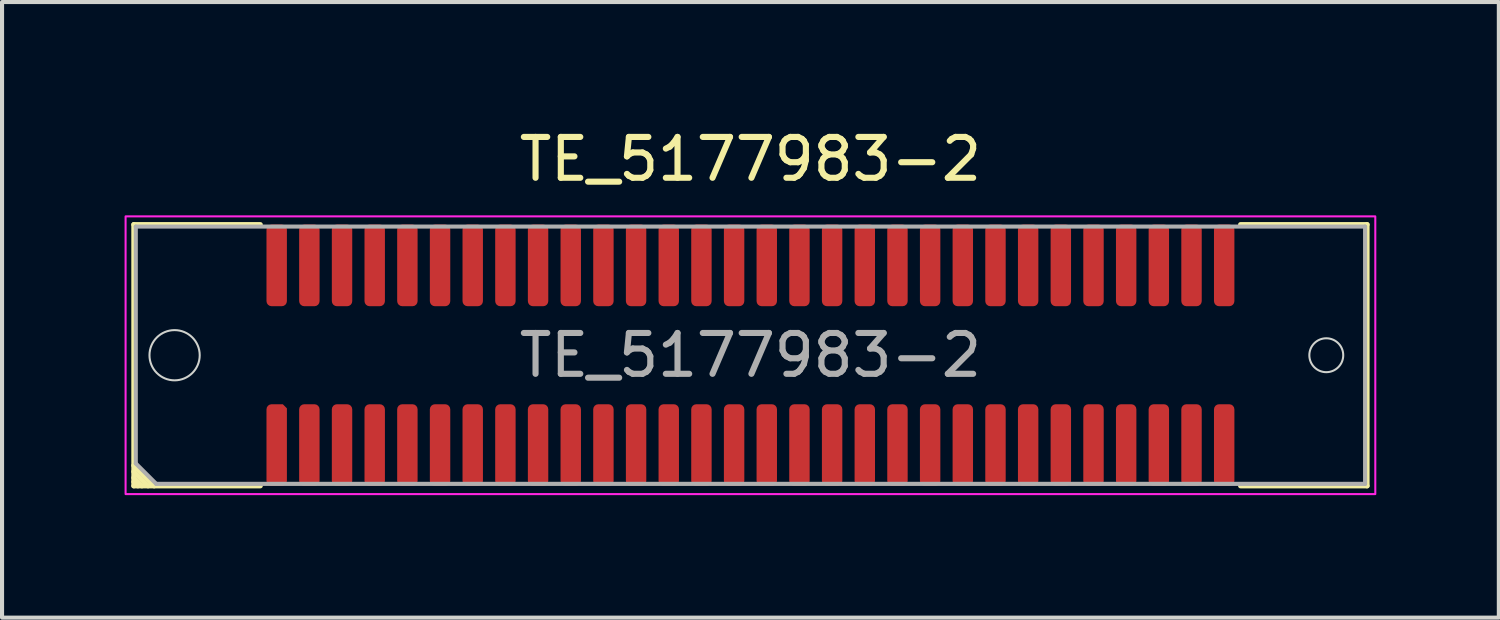
<source format=kicad_pcb>
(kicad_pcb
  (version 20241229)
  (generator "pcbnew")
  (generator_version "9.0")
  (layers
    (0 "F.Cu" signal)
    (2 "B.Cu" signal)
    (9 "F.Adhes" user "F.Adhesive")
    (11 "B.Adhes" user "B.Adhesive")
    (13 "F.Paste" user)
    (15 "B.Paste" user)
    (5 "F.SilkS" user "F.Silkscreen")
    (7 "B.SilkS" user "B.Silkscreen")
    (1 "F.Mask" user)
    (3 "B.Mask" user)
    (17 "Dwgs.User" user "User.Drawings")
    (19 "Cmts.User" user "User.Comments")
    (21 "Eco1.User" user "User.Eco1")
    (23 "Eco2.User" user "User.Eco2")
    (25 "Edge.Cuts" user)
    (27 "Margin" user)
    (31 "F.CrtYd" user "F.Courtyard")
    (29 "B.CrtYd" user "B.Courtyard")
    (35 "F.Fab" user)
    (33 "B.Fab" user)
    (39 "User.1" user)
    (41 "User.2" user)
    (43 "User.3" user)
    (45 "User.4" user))
  (footprint "TE_5177983-2"
    (layer "F.Cu")
    (at 15.325 5.648)
    (property "Reference" "TE_5177983-2" (at 0 -4.8 0) (layer "F.SilkS") (effects (font (size 1 1) (thickness 0.15))))
    (attr through_hole)
    (fp_line (start -15.1 -3.2) (end -15.1 3.2) (stroke (width 0.12) (type solid)) (layer "F.SilkS"))
    (fp_line (start -15.1 -3.2) (end -12 -3.2) (stroke (width 0.12) (type solid)) (layer "F.SilkS"))
    (fp_line (start -15.1 2.7) (end -14.6 3.2) (stroke (width 0.12) (type solid)) (layer "F.SilkS"))
    (fp_line (start -15.1 2.85) (end -14.75 3.2) (stroke (width 0.12) (type solid)) (layer "F.SilkS"))
    (fp_line (start -15.1 3) (end -14.9 3.2) (stroke (width 0.12) (type solid)) (layer "F.SilkS"))
    (fp_line (start -15.1 3.1) (end -15 3.2) (stroke (width 0.12) (type solid)) (layer "F.SilkS"))
    (fp_line (start -15.1 3.2) (end -12 3.2) (stroke (width 0.12) (type solid)) (layer "F.SilkS"))
    (fp_line (start 15.1 -3.2) (end 12 -3.2) (stroke (width 0.12) (type solid)) (layer "F.SilkS"))
    (fp_line (start 15.1 3.2) (end 12 3.2) (stroke (width 0.12) (type solid)) (layer "F.SilkS"))
    (fp_line (start 15.1 3.2) (end 15.1 -3.2) (stroke (width 0.12) (type solid)) (layer "F.SilkS"))
    (fp_circle (center -14.1 0) (end -13.485 0) (stroke (width 0.05) (type solid)) (fill no) (layer "Edge.Cuts"))
    (fp_circle (center 14.1 0) (end 14.515 0) (stroke (width 0.05) (type solid)) (fill no) (layer "Edge.Cuts"))
    (fp_rect (start -15.3 -3.4) (end 15.3 3.4) (stroke (width 0.05) (type solid)) (fill no) (layer "F.CrtYd"))
    (fp_line (start -15.05 -3.15) (end -15.05 2.65) (stroke (width 0.1) (type solid)) (layer "F.Fab"))
    (fp_line (start -15.05 2.65) (end -14.55 3.15) (stroke (width 0.1) (type solid)) (layer "F.Fab"))
    (fp_line (start -14.55 3.15) (end 15.05 3.15) (stroke (width 0.1) (type solid)) (layer "F.Fab"))
    (fp_line (start 15.05 -3.15) (end -15.05 -3.15) (stroke (width 0.1) (type solid)) (layer "F.Fab"))
    (fp_line (start 15.05 3.15) (end 15.05 -3.15) (stroke (width 0.1) (type solid)) (layer "F.Fab"))
    (fp_text user "${REFERENCE}" (at 0 0 0) (layer "F.Fab") (effects (font (size 1 1) (thickness 0.15))))
    (pad "1" smd roundrect (at -11.6 2.2) (size 0.5 2) (layers "F.Cu" "F.Mask" "F.Paste") (roundrect_rratio 0.25) (chamfer_ratio 0.2) (chamfer top_right))
    (pad "2" smd roundrect (at -11.6 -2.2) (size 0.5 2) (layers "F.Cu" "F.Mask" "F.Paste") (roundrect_rratio 0.25))
    (pad "3" smd roundrect (at -10.8 2.2) (size 0.5 2) (layers "F.Cu" "F.Mask" "F.Paste") (roundrect_rratio 0.25))
    (pad "4" smd roundrect (at -10.8 -2.2) (size 0.5 2) (layers "F.Cu" "F.Mask" "F.Paste") (roundrect_rratio 0.25))
    (pad "5" smd roundrect (at -10 2.2) (size 0.5 2) (layers "F.Cu" "F.Mask" "F.Paste") (roundrect_rratio 0.25))
    (pad "6" smd roundrect (at -10 -2.2) (size 0.5 2) (layers "F.Cu" "F.Mask" "F.Paste") (roundrect_rratio 0.25))
    (pad "7" smd roundrect (at -9.2 2.2) (size 0.5 2) (layers "F.Cu" "F.Mask" "F.Paste") (roundrect_rratio 0.25))
    (pad "8" smd roundrect (at -9.2 -2.2) (size 0.5 2) (layers "F.Cu" "F.Mask" "F.Paste") (roundrect_rratio 0.25))
    (pad "9" smd roundrect (at -8.4 2.2) (size 0.5 2) (layers "F.Cu" "F.Mask" "F.Paste") (roundrect_rratio 0.25))
    (pad "10" smd roundrect (at -8.4 -2.2) (size 0.5 2) (layers "F.Cu" "F.Mask" "F.Paste") (roundrect_rratio 0.25))
    (pad "11" smd roundrect (at -7.6 2.2) (size 0.5 2) (layers "F.Cu" "F.Mask" "F.Paste") (roundrect_rratio 0.25))
    (pad "12" smd roundrect (at -7.6 -2.2) (size 0.5 2) (layers "F.Cu" "F.Mask" "F.Paste") (roundrect_rratio 0.25))
    (pad "13" smd roundrect (at -6.8 2.2) (size 0.5 2) (layers "F.Cu" "F.Mask" "F.Paste") (roundrect_rratio 0.25))
    (pad "14" smd roundrect (at -6.8 -2.2) (size 0.5 2) (layers "F.Cu" "F.Mask" "F.Paste") (roundrect_rratio 0.25))
    (pad "15" smd roundrect (at -6 2.2) (size 0.5 2) (layers "F.Cu" "F.Mask" "F.Paste") (roundrect_rratio 0.25))
    (pad "16" smd roundrect (at -6 -2.2) (size 0.5 2) (layers "F.Cu" "F.Mask" "F.Paste") (roundrect_rratio 0.25))
    (pad "17" smd roundrect (at -5.2 2.2) (size 0.5 2) (layers "F.Cu" "F.Mask" "F.Paste") (roundrect_rratio 0.25))
    (pad "18" smd roundrect (at -5.2 -2.2) (size 0.5 2) (layers "F.Cu" "F.Mask" "F.Paste") (roundrect_rratio 0.25))
    (pad "19" smd roundrect (at -4.4 2.2) (size 0.5 2) (layers "F.Cu" "F.Mask" "F.Paste") (roundrect_rratio 0.25))
    (pad "20" smd roundrect (at -4.4 -2.2) (size 0.5 2) (layers "F.Cu" "F.Mask" "F.Paste") (roundrect_rratio 0.25))
    (pad "21" smd roundrect (at -3.6 2.2) (size 0.5 2) (layers "F.Cu" "F.Mask" "F.Paste") (roundrect_rratio 0.25))
    (pad "22" smd roundrect (at -3.6 -2.2) (size 0.5 2) (layers "F.Cu" "F.Mask" "F.Paste") (roundrect_rratio 0.25))
    (pad "23" smd roundrect (at -2.8 2.2) (size 0.5 2) (layers "F.Cu" "F.Mask" "F.Paste") (roundrect_rratio 0.25))
    (pad "24" smd roundrect (at -2.8 -2.2) (size 0.5 2) (layers "F.Cu" "F.Mask" "F.Paste") (roundrect_rratio 0.25))
    (pad "25" smd roundrect (at -2 2.2) (size 0.5 2) (layers "F.Cu" "F.Mask" "F.Paste") (roundrect_rratio 0.25))
    (pad "26" smd roundrect (at -2 -2.2) (size 0.5 2) (layers "F.Cu" "F.Mask" "F.Paste") (roundrect_rratio 0.25))
    (pad "27" smd roundrect (at -1.2 2.2) (size 0.5 2) (layers "F.Cu" "F.Mask" "F.Paste") (roundrect_rratio 0.25))
    (pad "28" smd roundrect (at -1.2 -2.2) (size 0.5 2) (layers "F.Cu" "F.Mask" "F.Paste") (roundrect_rratio 0.25))
    (pad "29" smd roundrect (at -0.4 2.2) (size 0.5 2) (layers "F.Cu" "F.Mask" "F.Paste") (roundrect_rratio 0.25))
    (pad "30" smd roundrect (at -0.4 -2.2) (size 0.5 2) (layers "F.Cu" "F.Mask" "F.Paste") (roundrect_rratio 0.25))
    (pad "31" smd roundrect (at 0.4 2.2) (size 0.5 2) (layers "F.Cu" "F.Mask" "F.Paste") (roundrect_rratio 0.25))
    (pad "32" smd roundrect (at 0.4 -2.2) (size 0.5 2) (layers "F.Cu" "F.Mask" "F.Paste") (roundrect_rratio 0.25))
    (pad "33" smd roundrect (at 1.2 2.2) (size 0.5 2) (layers "F.Cu" "F.Mask" "F.Paste") (roundrect_rratio 0.25))
    (pad "34" smd roundrect (at 1.2 -2.2) (size 0.5 2) (layers "F.Cu" "F.Mask" "F.Paste") (roundrect_rratio 0.25))
    (pad "35" smd roundrect (at 2 2.2) (size 0.5 2) (layers "F.Cu" "F.Mask" "F.Paste") (roundrect_rratio 0.25))
    (pad "36" smd roundrect (at 2 -2.2) (size 0.5 2) (layers "F.Cu" "F.Mask" "F.Paste") (roundrect_rratio 0.25))
    (pad "37" smd roundrect (at 2.8 2.2) (size 0.5 2) (layers "F.Cu" "F.Mask" "F.Paste") (roundrect_rratio 0.25))
    (pad "38" smd roundrect (at 2.8 -2.2) (size 0.5 2) (layers "F.Cu" "F.Mask" "F.Paste") (roundrect_rratio 0.25))
    (pad "39" smd roundrect (at 3.6 2.2) (size 0.5 2) (layers "F.Cu" "F.Mask" "F.Paste") (roundrect_rratio 0.25))
    (pad "40" smd roundrect (at 3.6 -2.2) (size 0.5 2) (layers "F.Cu" "F.Mask" "F.Paste") (roundrect_rratio 0.25))
    (pad "41" smd roundrect (at 4.4 2.2) (size 0.5 2) (layers "F.Cu" "F.Mask" "F.Paste") (roundrect_rratio 0.25))
    (pad "42" smd roundrect (at 4.4 -2.2) (size 0.5 2) (layers "F.Cu" "F.Mask" "F.Paste") (roundrect_rratio 0.25))
    (pad "43" smd roundrect (at 5.2 2.2) (size 0.5 2) (layers "F.Cu" "F.Mask" "F.Paste") (roundrect_rratio 0.25))
    (pad "44" smd roundrect (at 5.2 -2.2) (size 0.5 2) (layers "F.Cu" "F.Mask" "F.Paste") (roundrect_rratio 0.25))
    (pad "45" smd roundrect (at 6 2.2) (size 0.5 2) (layers "F.Cu" "F.Mask" "F.Paste") (roundrect_rratio 0.25))
    (pad "46" smd roundrect (at 6 -2.2) (size 0.5 2) (layers "F.Cu" "F.Mask" "F.Paste") (roundrect_rratio 0.25))
    (pad "47" smd roundrect (at 6.8 2.2) (size 0.5 2) (layers "F.Cu" "F.Mask" "F.Paste") (roundrect_rratio 0.25))
    (pad "48" smd roundrect (at 6.8 -2.2) (size 0.5 2) (layers "F.Cu" "F.Mask" "F.Paste") (roundrect_rratio 0.25))
    (pad "49" smd roundrect (at 7.6 2.2) (size 0.5 2) (layers "F.Cu" "F.Mask" "F.Paste") (roundrect_rratio 0.25))
    (pad "50" smd roundrect (at 7.6 -2.2) (size 0.5 2) (layers "F.Cu" "F.Mask" "F.Paste") (roundrect_rratio 0.25))
    (pad "51" smd roundrect (at 8.4 2.2) (size 0.5 2) (layers "F.Cu" "F.Mask" "F.Paste") (roundrect_rratio 0.25))
    (pad "52" smd roundrect (at 8.4 -2.2) (size 0.5 2) (layers "F.Cu" "F.Mask" "F.Paste") (roundrect_rratio 0.25))
    (pad "53" smd roundrect (at 9.2 2.2) (size 0.5 2) (layers "F.Cu" "F.Mask" "F.Paste") (roundrect_rratio 0.25))
    (pad "54" smd roundrect (at 9.2 -2.2) (size 0.5 2) (layers "F.Cu" "F.Mask" "F.Paste") (roundrect_rratio 0.25))
    (pad "55" smd roundrect (at 10 2.2) (size 0.5 2) (layers "F.Cu" "F.Mask" "F.Paste") (roundrect_rratio 0.25))
    (pad "56" smd roundrect (at 10 -2.2) (size 0.5 2) (layers "F.Cu" "F.Mask" "F.Paste") (roundrect_rratio 0.25))
    (pad "57" smd roundrect (at 10.8 2.2) (size 0.5 2) (layers "F.Cu" "F.Mask" "F.Paste") (roundrect_rratio 0.25))
    (pad "58" smd roundrect (at 10.8 -2.2) (size 0.5 2) (layers "F.Cu" "F.Mask" "F.Paste") (roundrect_rratio 0.25))
    (pad "59" smd roundrect (at 11.6 2.2) (size 0.5 2) (layers "F.Cu" "F.Mask" "F.Paste") (roundrect_rratio 0.25))
    (pad "60" smd roundrect (at 11.6 -2.2) (size 0.5 2) (layers "F.Cu" "F.Mask" "F.Paste") (roundrect_rratio 0.25)))
  (gr_rect
    (start -3 -3)
    (end 33.65 12.073)
    (stroke (width 0.1) (type default))
    (fill no)
    (layer "Edge.Cuts")))
</source>
